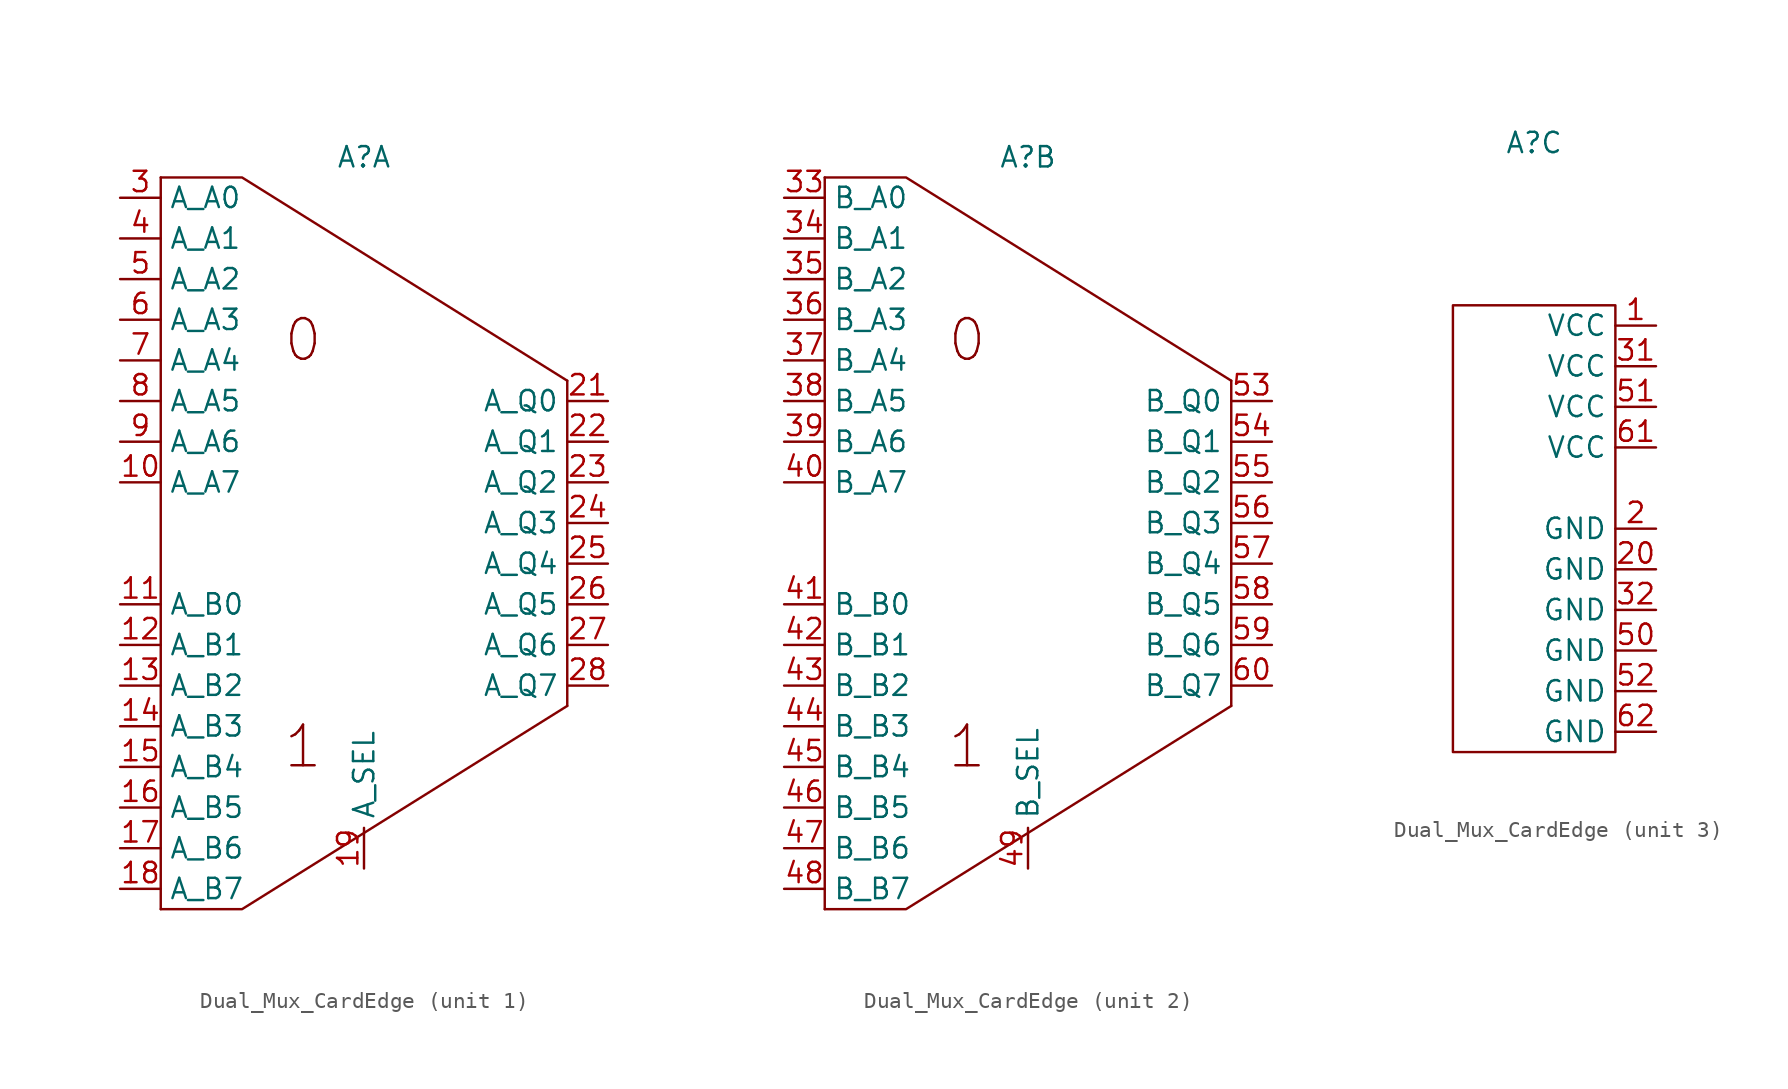
<source format=kicad_sym>
(kicad_symbol_lib
  (version 20220914)
  (generator kicad_symbol_editor)
  (symbol "Dual_Mux_CardEdge"
    (property "Reference" "A"
      (at 0 24.13 0)
      (effects (font (size 1.27 1.27))))
    (property "Value" ""
      (at 6.35 0 0)
      (effects (font (size 1.27 1.27))))
    (property "ki_locked" ""
      (at 0 0 0)
      (effects (font (size 1.27 1.27))))
    (symbol "Dual_Mux_CardEdge_1_1"
      (polyline (pts (xy -12.7 22.86) (xy -12.7 -22.86)) (stroke (width 0) (type default)) (fill (type none)))
      (polyline (pts (xy 12.7 10.16) (xy 12.7 -10.16)) (stroke (width 0) (type default)) (fill (type none)))
      (polyline (pts (xy 12.7 -10.16) (xy -7.62 -22.86) (xy -12.7 -22.86)) (stroke (width 0) (type default)) (fill (type none)))
      (polyline (pts (xy 12.7 10.16) (xy -7.62 22.86) (xy -12.7 22.86)) (stroke (width 0) (type default)) (fill (type none)))
      (text "0" (at -3.81 12.7 0) (effects (font (size 2.54 2.54))))
      (text "1" (at -3.81 -12.7 0) (effects (font (size 2.54 2.54))))
      (pin output line (at -15.24 3.81 0) (length 2.54) (name "A_A7" (effects (font (size 1.27 1.27)))) (number "10" (effects (font (size 1.27 1.27)))))
      (pin output line (at -15.24 -3.81 0) (length 2.54) (name "A_B0" (effects (font (size 1.27 1.27)))) (number "11" (effects (font (size 1.27 1.27)))))
      (pin output line (at -15.24 -6.35 0) (length 2.54) (name "A_B1" (effects (font (size 1.27 1.27)))) (number "12" (effects (font (size 1.27 1.27)))))
      (pin output line (at -15.24 -8.89 0) (length 2.54) (name "A_B2" (effects (font (size 1.27 1.27)))) (number "13" (effects (font (size 1.27 1.27)))))
      (pin output line (at -15.24 -11.43 0) (length 2.54) (name "A_B3" (effects (font (size 1.27 1.27)))) (number "14" (effects (font (size 1.27 1.27)))))
      (pin output line (at -15.24 -13.97 0) (length 2.54) (name "A_B4" (effects (font (size 1.27 1.27)))) (number "15" (effects (font (size 1.27 1.27)))))
      (pin output line (at -15.24 -16.51 0) (length 2.54) (name "A_B5" (effects (font (size 1.27 1.27)))) (number "16" (effects (font (size 1.27 1.27)))))
      (pin output line (at -15.24 -19.05 0) (length 2.54) (name "A_B6" (effects (font (size 1.27 1.27)))) (number "17" (effects (font (size 1.27 1.27)))))
      (pin output line (at -15.24 -21.59 0) (length 2.54) (name "A_B7" (effects (font (size 1.27 1.27)))) (number "18" (effects (font (size 1.27 1.27)))))
      (pin output line (at 0 -20.32 90) (length 2.54) (name "A_SEL" (effects (font (size 1.27 1.27)))) (number "19" (effects (font (size 1.27 1.27)))))
      (pin input line (at 15.24 8.89 180) (length 2.54) (name "A_Q0" (effects (font (size 1.27 1.27)))) (number "21" (effects (font (size 1.27 1.27)))))
      (pin input line (at 15.24 6.35 180) (length 2.54) (name "A_Q1" (effects (font (size 1.27 1.27)))) (number "22" (effects (font (size 1.27 1.27)))))
      (pin input line (at 15.24 3.81 180) (length 2.54) (name "A_Q2" (effects (font (size 1.27 1.27)))) (number "23" (effects (font (size 1.27 1.27)))))
      (pin input line (at 15.24 1.27 180) (length 2.54) (name "A_Q3" (effects (font (size 1.27 1.27)))) (number "24" (effects (font (size 1.27 1.27)))))
      (pin input line (at 15.24 -1.27 180) (length 2.54) (name "A_Q4" (effects (font (size 1.27 1.27)))) (number "25" (effects (font (size 1.27 1.27)))))
      (pin input line (at 15.24 -3.81 180) (length 2.54) (name "A_Q5" (effects (font (size 1.27 1.27)))) (number "26" (effects (font (size 1.27 1.27)))))
      (pin input line (at 15.24 -6.35 180) (length 2.54) (name "A_Q6" (effects (font (size 1.27 1.27)))) (number "27" (effects (font (size 1.27 1.27)))))
      (pin input line (at 15.24 -8.89 180) (length 2.54) (name "A_Q7" (effects (font (size 1.27 1.27)))) (number "28" (effects (font (size 1.27 1.27)))))
      (pin output line (at -15.24 21.59 0) (length 2.54) (name "A_A0" (effects (font (size 1.27 1.27)))) (number "3" (effects (font (size 1.27 1.27)))))
      (pin output line (at -15.24 19.05 0) (length 2.54) (name "A_A1" (effects (font (size 1.27 1.27)))) (number "4" (effects (font (size 1.27 1.27)))))
      (pin output line (at -15.24 16.51 0) (length 2.54) (name "A_A2" (effects (font (size 1.27 1.27)))) (number "5" (effects (font (size 1.27 1.27)))))
      (pin output line (at -15.24 13.97 0) (length 2.54) (name "A_A3" (effects (font (size 1.27 1.27)))) (number "6" (effects (font (size 1.27 1.27)))))
      (pin output line (at -15.24 11.43 0) (length 2.54) (name "A_A4" (effects (font (size 1.27 1.27)))) (number "7" (effects (font (size 1.27 1.27)))))
      (pin output line (at -15.24 8.89 0) (length 2.54) (name "A_A5" (effects (font (size 1.27 1.27)))) (number "8" (effects (font (size 1.27 1.27)))))
      (pin output line (at -15.24 6.35 0) (length 2.54) (name "A_A6" (effects (font (size 1.27 1.27)))) (number "9" (effects (font (size 1.27 1.27))))))
    (symbol "Dual_Mux_CardEdge_2_1"
      (polyline (pts (xy -12.7 22.86) (xy -12.7 -22.86)) (stroke (width 0) (type default)) (fill (type none)))
      (polyline (pts (xy 12.7 10.16) (xy 12.7 -10.16)) (stroke (width 0) (type default)) (fill (type none)))
      (polyline (pts (xy 12.7 -10.16) (xy -7.62 -22.86) (xy -12.7 -22.86)) (stroke (width 0) (type default)) (fill (type none)))
      (polyline (pts (xy 12.7 10.16) (xy -7.62 22.86) (xy -12.7 22.86)) (stroke (width 0) (type default)) (fill (type none)))
      (text "0" (at -3.81 12.7 0) (effects (font (size 2.54 2.54))))
      (text "1" (at -3.81 -12.7 0) (effects (font (size 2.54 2.54))))
      (pin output line (at -15.24 21.59 0) (length 2.54) (name "B_A0" (effects (font (size 1.27 1.27)))) (number "33" (effects (font (size 1.27 1.27)))))
      (pin output line (at -15.24 19.05 0) (length 2.54) (name "B_A1" (effects (font (size 1.27 1.27)))) (number "34" (effects (font (size 1.27 1.27)))))
      (pin output line (at -15.24 16.51 0) (length 2.54) (name "B_A2" (effects (font (size 1.27 1.27)))) (number "35" (effects (font (size 1.27 1.27)))))
      (pin output line (at -15.24 13.97 0) (length 2.54) (name "B_A3" (effects (font (size 1.27 1.27)))) (number "36" (effects (font (size 1.27 1.27)))))
      (pin output line (at -15.24 11.43 0) (length 2.54) (name "B_A4" (effects (font (size 1.27 1.27)))) (number "37" (effects (font (size 1.27 1.27)))))
      (pin output line (at -15.24 8.89 0) (length 2.54) (name "B_A5" (effects (font (size 1.27 1.27)))) (number "38" (effects (font (size 1.27 1.27)))))
      (pin output line (at -15.24 6.35 0) (length 2.54) (name "B_A6" (effects (font (size 1.27 1.27)))) (number "39" (effects (font (size 1.27 1.27)))))
      (pin output line (at -15.24 3.81 0) (length 2.54) (name "B_A7" (effects (font (size 1.27 1.27)))) (number "40" (effects (font (size 1.27 1.27)))))
      (pin output line (at -15.24 -3.81 0) (length 2.54) (name "B_B0" (effects (font (size 1.27 1.27)))) (number "41" (effects (font (size 1.27 1.27)))))
      (pin output line (at -15.24 -6.35 0) (length 2.54) (name "B_B1" (effects (font (size 1.27 1.27)))) (number "42" (effects (font (size 1.27 1.27)))))
      (pin output line (at -15.24 -8.89 0) (length 2.54) (name "B_B2" (effects (font (size 1.27 1.27)))) (number "43" (effects (font (size 1.27 1.27)))))
      (pin output line (at -15.24 -11.43 0) (length 2.54) (name "B_B3" (effects (font (size 1.27 1.27)))) (number "44" (effects (font (size 1.27 1.27)))))
      (pin output line (at -15.24 -13.97 0) (length 2.54) (name "B_B4" (effects (font (size 1.27 1.27)))) (number "45" (effects (font (size 1.27 1.27)))))
      (pin output line (at -15.24 -16.51 0) (length 2.54) (name "B_B5" (effects (font (size 1.27 1.27)))) (number "46" (effects (font (size 1.27 1.27)))))
      (pin output line (at -15.24 -19.05 0) (length 2.54) (name "B_B6" (effects (font (size 1.27 1.27)))) (number "47" (effects (font (size 1.27 1.27)))))
      (pin output line (at -15.24 -21.59 0) (length 2.54) (name "B_B7" (effects (font (size 1.27 1.27)))) (number "48" (effects (font (size 1.27 1.27)))))
      (pin output line (at 0 -20.32 90) (length 2.54) (name "B_SEL" (effects (font (size 1.27 1.27)))) (number "49" (effects (font (size 1.27 1.27)))))
      (pin input line (at 15.24 8.89 180) (length 2.54) (name "B_Q0" (effects (font (size 1.27 1.27)))) (number "53" (effects (font (size 1.27 1.27)))))
      (pin input line (at 15.24 6.35 180) (length 2.54) (name "B_Q1" (effects (font (size 1.27 1.27)))) (number "54" (effects (font (size 1.27 1.27)))))
      (pin input line (at 15.24 3.81 180) (length 2.54) (name "B_Q2" (effects (font (size 1.27 1.27)))) (number "55" (effects (font (size 1.27 1.27)))))
      (pin input line (at 15.24 1.27 180) (length 2.54) (name "B_Q3" (effects (font (size 1.27 1.27)))) (number "56" (effects (font (size 1.27 1.27)))))
      (pin input line (at 15.24 -1.27 180) (length 2.54) (name "B_Q4" (effects (font (size 1.27 1.27)))) (number "57" (effects (font (size 1.27 1.27)))))
      (pin input line (at 15.24 -3.81 180) (length 2.54) (name "B_Q5" (effects (font (size 1.27 1.27)))) (number "58" (effects (font (size 1.27 1.27)))))
      (pin input line (at 15.24 -6.35 180) (length 2.54) (name "B_Q6" (effects (font (size 1.27 1.27)))) (number "59" (effects (font (size 1.27 1.27)))))
      (pin input line (at 15.24 -8.89 180) (length 2.54) (name "B_Q7" (effects (font (size 1.27 1.27)))) (number "60" (effects (font (size 1.27 1.27))))))
    (symbol "Dual_Mux_CardEdge_3_1"
      (rectangle (start -5.08 13.97) (end 5.08 -13.97) (stroke (width 0) (type default)) (fill (type none)))
      (pin power_out line (at 7.62 12.7 180) (length 2.54) (name "VCC" (effects (font (size 1.27 1.27)))) (number "1" (effects (font (size 1.27 1.27)))))
      (pin power_out line (at 7.62 0 180) (length 2.54) (name "GND" (effects (font (size 1.27 1.27)))) (number "2" (effects (font (size 1.27 1.27)))))
      (pin passive line (at 7.62 -2.54 180) (length 2.54) (name "GND" (effects (font (size 1.27 1.27)))) (number "20" (effects (font (size 1.27 1.27)))))
      (pin passive line (at 7.62 10.16 180) (length 2.54) (name "VCC" (effects (font (size 1.27 1.27)))) (number "31" (effects (font (size 1.27 1.27)))))
      (pin passive line (at 7.62 -5.08 180) (length 2.54) (name "GND" (effects (font (size 1.27 1.27)))) (number "32" (effects (font (size 1.27 1.27)))))
      (pin passive line (at 7.62 -7.62 180) (length 2.54) (name "GND" (effects (font (size 1.27 1.27)))) (number "50" (effects (font (size 1.27 1.27)))))
      (pin passive line (at 7.62 7.62 180) (length 2.54) (name "VCC" (effects (font (size 1.27 1.27)))) (number "51" (effects (font (size 1.27 1.27)))))
      (pin passive line (at 7.62 -10.16 180) (length 2.54) (name "GND" (effects (font (size 1.27 1.27)))) (number "52" (effects (font (size 1.27 1.27)))))
      (pin passive line (at 7.62 5.08 180) (length 2.54) (name "VCC" (effects (font (size 1.27 1.27)))) (number "61" (effects (font (size 1.27 1.27)))))
      (pin passive line (at 7.62 -12.7 180) (length 2.54) (name "GND" (effects (font (size 1.27 1.27)))) (number "62" (effects (font (size 1.27 1.27))))))))
</source>
